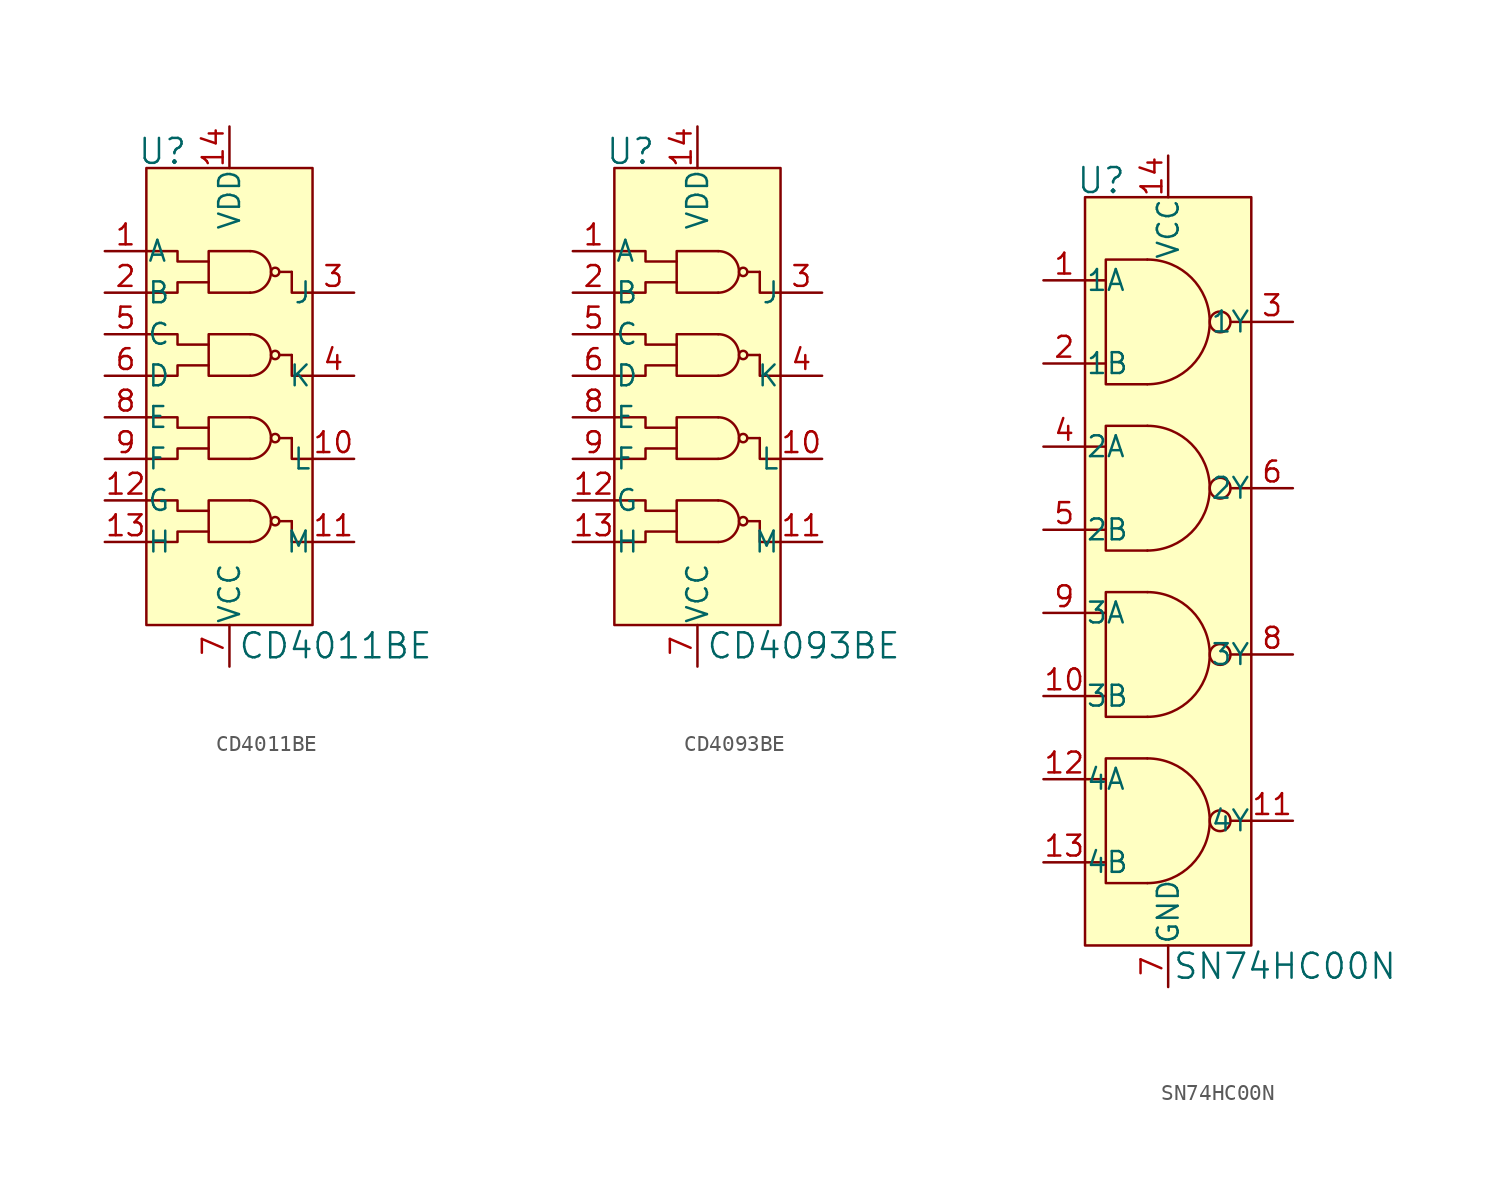
<source format=kicad_sym>
(kicad_symbol_lib
  (version 20201005)
  (generator kicad_symbol_editor)
  (symbol "CD4011BE"
    (pin_names
      (offset 0.025))
    (property "Reference" "U"
      (at -5.08 11.176 0)
      (effects (font (size 1.524 1.524)) (justify right)))
    (property "Value" "CD4011BE"
      (at -2.032 -19.05 0)
      (effects (font (size 1.524 1.524)) (justify left)))
    (symbol "CD4011BE_0_1"
      (arc (start -1.27 -12.7) (end -1.27 -10.16) (radius (at -1.27 -11.43) (length 1.27) (angles -89.9 89.9)) (stroke (width 0)) (fill (type none)))
      (arc (start -1.27 -7.62) (end -1.27 -5.08) (radius (at -1.27 -6.35) (length 1.27) (angles -89.9 89.9)) (stroke (width 0)) (fill (type none)))
      (arc (start -1.27 -2.54) (end -1.27 0) (radius (at -1.27 -1.27) (length 1.27) (angles -89.9 89.9)) (stroke (width 0)) (fill (type none)))
      (arc (start -1.27 2.54) (end -1.27 5.08) (radius (at -1.27 3.81) (length 1.27) (angles -89.9 89.9)) (stroke (width 0)) (fill (type none)))
      (circle (center 0.254 -11.43) (radius 0.254) (stroke (width 0)) (fill (type none)))
      (circle (center 0.254 -6.35) (radius 0.254) (stroke (width 0)) (fill (type none)))
      (circle (center 0.254 -1.27) (radius 0.254) (stroke (width 0)) (fill (type none)))
      (circle (center 0.254 3.81) (radius 0.254) (stroke (width 0)) (fill (type none)))
      (rectangle (start -7.62 10.16) (end 2.54 -17.78) (stroke (width 0)) (fill (type background)))
      (polyline (pts (xy 0.508 -11.43) (xy 1.27 -11.43)) (stroke (width 0)) (fill (type none)))
      (polyline (pts (xy 0.508 3.81) (xy 1.27 3.81)) (stroke (width 0)) (fill (type none)))
      (polyline (pts (xy 1.27 -6.35) (xy 0.508 -6.35)) (stroke (width 0)) (fill (type none)))
      (polyline (pts (xy 1.27 -1.27) (xy 0.508 -1.27)) (stroke (width 0)) (fill (type none)))
      (polyline (pts (xy 1.27 -11.43) (xy 1.27 -12.7) (xy 2.54 -12.7)) (stroke (width 0)) (fill (type none)))
      (polyline (pts (xy 1.27 -6.35) (xy 1.27 -7.62) (xy 2.54 -7.62)) (stroke (width 0)) (fill (type none)))
      (polyline (pts (xy 1.27 -1.27) (xy 1.27 -2.54) (xy 2.54 -2.54)) (stroke (width 0)) (fill (type none)))
      (polyline (pts (xy 1.27 3.81) (xy 1.27 2.54) (xy 2.54 2.54)) (stroke (width 0)) (fill (type none)))
      (polyline (pts (xy -7.62 -12.7) (xy -5.715 -12.7) (xy -5.715 -12.065) (xy -3.81 -12.065)) (stroke (width 0)) (fill (type none)))
      (polyline (pts (xy -7.62 -7.62) (xy -5.715 -7.62) (xy -5.715 -6.985) (xy -3.81 -6.985)) (stroke (width 0)) (fill (type none)))
      (polyline (pts (xy -7.62 -2.54) (xy -5.715 -2.54) (xy -5.715 -1.905) (xy -3.81 -1.905)) (stroke (width 0)) (fill (type none)))
      (polyline (pts (xy -3.81 -10.795) (xy -5.715 -10.795) (xy -5.715 -10.16) (xy -7.62 -10.16)) (stroke (width 0)) (fill (type none)))
      (polyline (pts (xy -3.81 -5.715) (xy -5.715 -5.715) (xy -5.715 -5.08) (xy -7.62 -5.08)) (stroke (width 0)) (fill (type none)))
      (polyline (pts (xy -3.81 -0.635) (xy -5.715 -0.635) (xy -5.715 0) (xy -7.62 0)) (stroke (width 0)) (fill (type none)))
      (polyline (pts (xy -3.81 3.175) (xy -5.715 3.175) (xy -5.715 2.54) (xy -7.62 2.54)) (stroke (width 0)) (fill (type none)))
      (polyline (pts (xy -3.81 4.445) (xy -5.715 4.445) (xy -5.715 5.08) (xy -7.62 5.08)) (stroke (width 0)) (fill (type none)))
      (polyline (pts (xy -1.27 -10.16) (xy -3.81 -10.16) (xy -3.81 -12.7) (xy -1.27 -12.7)) (stroke (width 0)) (fill (type none)))
      (polyline (pts (xy -1.27 -5.08) (xy -3.81 -5.08) (xy -3.81 -7.62) (xy -1.27 -7.62)) (stroke (width 0)) (fill (type none)))
      (polyline (pts (xy -1.27 0) (xy -3.81 0) (xy -3.81 -2.54) (xy -1.27 -2.54)) (stroke (width 0)) (fill (type none)))
      (polyline (pts (xy -1.27 5.08) (xy -3.81 5.08) (xy -3.81 2.54) (xy -1.27 2.54)) (stroke (width 0)) (fill (type none))))
    (symbol "CD4011BE_1_1"
      (pin input line (at -10.16 5.08 0) (length 2.54) (name "A" (effects (font (size 1.27 1.27)))) (number "1" (effects (font (size 1.27 1.27)))))
      (pin input line (at -10.16 2.54 0) (length 2.54) (name "B" (effects (font (size 1.27 1.27)))) (number "2" (effects (font (size 1.27 1.27)))))
      (pin output line (at 5.08 2.54 180) (length 2.54) (name "J" (effects (font (size 1.27 1.27)))) (number "3" (effects (font (size 1.27 1.27)))))
      (pin output line (at 5.08 -2.54 180) (length 2.54) (name "K" (effects (font (size 1.27 1.27)))) (number "4" (effects (font (size 1.27 1.27)))))
      (pin input line (at -10.16 0 0) (length 2.54) (name "C" (effects (font (size 1.27 1.27)))) (number "5" (effects (font (size 1.27 1.27)))))
      (pin input line (at -10.16 -2.54 0) (length 2.54) (name "D" (effects (font (size 1.27 1.27)))) (number "6" (effects (font (size 1.27 1.27)))))
      (pin power_in line (at -2.54 -20.32 90) (length 2.54) (name "VCC" (effects (font (size 1.27 1.27)))) (number "7" (effects (font (size 1.27 1.27)))))
      (pin input line (at -10.16 -5.08 0) (length 2.54) (name "E" (effects (font (size 1.27 1.27)))) (number "8" (effects (font (size 1.27 1.27)))))
      (pin input line (at -10.16 -7.62 0) (length 2.54) (name "F" (effects (font (size 1.27 1.27)))) (number "9" (effects (font (size 1.27 1.27)))))
      (pin output line (at 5.08 -7.62 180) (length 2.54) (name "L" (effects (font (size 1.27 1.27)))) (number "10" (effects (font (size 1.27 1.27)))))
      (pin output line (at 5.08 -12.7 180) (length 2.54) (name "M" (effects (font (size 1.27 1.27)))) (number "11" (effects (font (size 1.27 1.27)))))
      (pin input line (at -10.16 -10.16 0) (length 2.54) (name "G" (effects (font (size 1.27 1.27)))) (number "12" (effects (font (size 1.27 1.27)))))
      (pin input line (at -10.16 -12.7 0) (length 2.54) (name "H" (effects (font (size 1.27 1.27)))) (number "13" (effects (font (size 1.27 1.27)))))
      (pin power_in line (at -2.54 12.7 270) (length 2.54) (name "VDD" (effects (font (size 1.27 1.27)))) (number "14" (effects (font (size 1.27 1.27)))))))
  (symbol "CD4093BE"
    (pin_names
      (offset 0.025))
    (property "Reference" "U"
      (at -2.54 11.176 0)
      (effects (font (size 1.524 1.524)) (justify right)))
    (property "Value" "CD4093BE"
      (at 0.508 -19.05 0)
      (effects (font (size 1.524 1.524)) (justify left)))
    (symbol "CD4093BE_0_1"
      (arc (start 1.27 -12.7) (end 1.27 -10.16) (radius (at 1.27 -11.43) (length 1.27) (angles -89.9 89.9)) (stroke (width 0)) (fill (type none)))
      (arc (start 1.27 -7.62) (end 1.27 -5.08) (radius (at 1.27 -6.35) (length 1.27) (angles -89.9 89.9)) (stroke (width 0)) (fill (type none)))
      (arc (start 1.27 -2.54) (end 1.27 0) (radius (at 1.27 -1.27) (length 1.27) (angles -89.9 89.9)) (stroke (width 0)) (fill (type none)))
      (arc (start 1.27 2.54) (end 1.27 5.08) (radius (at 1.27 3.81) (length 1.27) (angles -89.9 89.9)) (stroke (width 0)) (fill (type none)))
      (circle (center 2.794 -11.43) (radius 0.254) (stroke (width 0)) (fill (type none)))
      (circle (center 2.794 -6.35) (radius 0.254) (stroke (width 0)) (fill (type none)))
      (circle (center 2.794 -1.27) (radius 0.254) (stroke (width 0)) (fill (type none)))
      (circle (center 2.794 3.81) (radius 0.254) (stroke (width 0)) (fill (type none)))
      (rectangle (start -5.08 10.16) (end 5.08 -17.78) (stroke (width 0)) (fill (type background)))
      (polyline (pts (xy 3.048 -11.43) (xy 3.81 -11.43)) (stroke (width 0)) (fill (type none)))
      (polyline (pts (xy 3.048 3.81) (xy 3.81 3.81)) (stroke (width 0)) (fill (type none)))
      (polyline (pts (xy 3.81 -6.35) (xy 3.048 -6.35)) (stroke (width 0)) (fill (type none)))
      (polyline (pts (xy 3.81 -1.27) (xy 3.048 -1.27)) (stroke (width 0)) (fill (type none)))
      (polyline (pts (xy 3.81 -11.43) (xy 3.81 -12.7) (xy 5.08 -12.7)) (stroke (width 0)) (fill (type none)))
      (polyline (pts (xy 3.81 -6.35) (xy 3.81 -7.62) (xy 5.08 -7.62)) (stroke (width 0)) (fill (type none)))
      (polyline (pts (xy 3.81 -1.27) (xy 3.81 -2.54) (xy 5.08 -2.54)) (stroke (width 0)) (fill (type none)))
      (polyline (pts (xy 3.81 3.81) (xy 3.81 2.54) (xy 5.08 2.54)) (stroke (width 0)) (fill (type none)))
      (polyline (pts (xy -5.08 -12.7) (xy -3.175 -12.7) (xy -3.175 -12.065) (xy -1.27 -12.065)) (stroke (width 0)) (fill (type none)))
      (polyline (pts (xy -5.08 -7.62) (xy -3.175 -7.62) (xy -3.175 -6.985) (xy -1.27 -6.985)) (stroke (width 0)) (fill (type none)))
      (polyline (pts (xy -5.08 -2.54) (xy -3.175 -2.54) (xy -3.175 -1.905) (xy -1.27 -1.905)) (stroke (width 0)) (fill (type none)))
      (polyline (pts (xy -1.27 -10.795) (xy -3.175 -10.795) (xy -3.175 -10.16) (xy -5.08 -10.16)) (stroke (width 0)) (fill (type none)))
      (polyline (pts (xy -1.27 -5.715) (xy -3.175 -5.715) (xy -3.175 -5.08) (xy -5.08 -5.08)) (stroke (width 0)) (fill (type none)))
      (polyline (pts (xy -1.27 -0.635) (xy -3.175 -0.635) (xy -3.175 0) (xy -5.08 0)) (stroke (width 0)) (fill (type none)))
      (polyline (pts (xy -1.27 3.175) (xy -3.175 3.175) (xy -3.175 2.54) (xy -5.08 2.54)) (stroke (width 0)) (fill (type none)))
      (polyline (pts (xy -1.27 4.445) (xy -3.175 4.445) (xy -3.175 5.08) (xy -5.08 5.08)) (stroke (width 0)) (fill (type none)))
      (polyline (pts (xy 1.27 -10.16) (xy -1.27 -10.16) (xy -1.27 -12.7) (xy 1.27 -12.7)) (stroke (width 0)) (fill (type none)))
      (polyline (pts (xy 1.27 -5.08) (xy -1.27 -5.08) (xy -1.27 -7.62) (xy 1.27 -7.62)) (stroke (width 0)) (fill (type none)))
      (polyline (pts (xy 1.27 0) (xy -1.27 0) (xy -1.27 -2.54) (xy 1.27 -2.54)) (stroke (width 0)) (fill (type none)))
      (polyline (pts (xy 1.27 5.08) (xy -1.27 5.08) (xy -1.27 2.54) (xy 1.27 2.54)) (stroke (width 0)) (fill (type none))))
    (symbol "CD4093BE_1_1"
      (pin input line (at -7.62 5.08 0) (length 2.54) (name "A" (effects (font (size 1.27 1.27)))) (number "1" (effects (font (size 1.27 1.27)))))
      (pin input line (at -7.62 2.54 0) (length 2.54) (name "B" (effects (font (size 1.27 1.27)))) (number "2" (effects (font (size 1.27 1.27)))))
      (pin output line (at 7.62 2.54 180) (length 2.54) (name "J" (effects (font (size 1.27 1.27)))) (number "3" (effects (font (size 1.27 1.27)))))
      (pin output line (at 7.62 -2.54 180) (length 2.54) (name "K" (effects (font (size 1.27 1.27)))) (number "4" (effects (font (size 1.27 1.27)))))
      (pin input line (at -7.62 0 0) (length 2.54) (name "C" (effects (font (size 1.27 1.27)))) (number "5" (effects (font (size 1.27 1.27)))))
      (pin input line (at -7.62 -2.54 0) (length 2.54) (name "D" (effects (font (size 1.27 1.27)))) (number "6" (effects (font (size 1.27 1.27)))))
      (pin power_in line (at 0 -20.32 90) (length 2.54) (name "VCC" (effects (font (size 1.27 1.27)))) (number "7" (effects (font (size 1.27 1.27)))))
      (pin input line (at -7.62 -5.08 0) (length 2.54) (name "E" (effects (font (size 1.27 1.27)))) (number "8" (effects (font (size 1.27 1.27)))))
      (pin input line (at -7.62 -7.62 0) (length 2.54) (name "F" (effects (font (size 1.27 1.27)))) (number "9" (effects (font (size 1.27 1.27)))))
      (pin output line (at 7.62 -7.62 180) (length 2.54) (name "L" (effects (font (size 1.27 1.27)))) (number "10" (effects (font (size 1.27 1.27)))))
      (pin output line (at 7.62 -12.7 180) (length 2.54) (name "M" (effects (font (size 1.27 1.27)))) (number "11" (effects (font (size 1.27 1.27)))))
      (pin input line (at -7.62 -10.16 0) (length 2.54) (name "G" (effects (font (size 1.27 1.27)))) (number "12" (effects (font (size 1.27 1.27)))))
      (pin input line (at -7.62 -12.7 0) (length 2.54) (name "H" (effects (font (size 1.27 1.27)))) (number "13" (effects (font (size 1.27 1.27)))))
      (pin power_in line (at 0 12.7 270) (length 2.54) (name "VDD" (effects (font (size 1.27 1.27)))) (number "14" (effects (font (size 1.27 1.27)))))))
  (symbol "SN74HC00N"
    (pin_names
      (offset 0.025))
    (property "Reference" "U"
      (at -2.54 23.876 0)
      (effects (font (size 1.524 1.524)) (justify right)))
    (property "Value" "SN74HC00N"
      (at 0.254 -24.13 0)
      (effects (font (size 1.524 1.524)) (justify left)))
    (symbol "SN74HC00N_0_1"
      (arc (start -1.27 -19.05) (end -1.27 -11.43) (radius (at -1.27 -15.24) (length 3.81) (angles -89.9 89.9)) (stroke (width 0)) (fill (type background)))
      (arc (start -1.27 -8.89) (end -1.27 -1.27) (radius (at -1.27 -5.08) (length 3.81) (angles -89.9 89.9)) (stroke (width 0)) (fill (type background)))
      (arc (start -1.27 1.27) (end -1.27 8.89) (radius (at -1.27 5.08) (length 3.81) (angles -89.9 89.9)) (stroke (width 0)) (fill (type background)))
      (arc (start -1.27 11.43) (end -1.27 19.05) (radius (at -1.27 15.24) (length 3.81) (angles -89.9 89.9)) (stroke (width 0)) (fill (type background)))
      (circle (center 3.175 -15.24) (radius 0.635) (stroke (width 0)) (fill (type background)))
      (circle (center 3.175 -5.08) (radius 0.635) (stroke (width 0)) (fill (type background)))
      (circle (center 3.175 5.08) (radius 0.635) (stroke (width 0)) (fill (type background)))
      (circle (center 3.175 15.24) (radius 0.635) (stroke (width 0)) (fill (type background)))
      (rectangle (start -5.08 22.86) (end 5.08 -22.86) (stroke (width 0)) (fill (type background)))
      (polyline (pts (xy -5.08 -17.78) (xy -3.81 -17.78)) (stroke (width 0)) (fill (type none)))
      (polyline (pts (xy -5.08 -7.62) (xy -3.81 -7.62)) (stroke (width 0)) (fill (type none)))
      (polyline (pts (xy -5.08 2.54) (xy -3.81 2.54)) (stroke (width 0)) (fill (type none)))
      (polyline (pts (xy -5.08 12.7) (xy -3.81 12.7)) (stroke (width 0)) (fill (type none)))
      (polyline (pts (xy -3.81 -12.7) (xy -5.08 -12.7)) (stroke (width 0)) (fill (type none)))
      (polyline (pts (xy -3.81 -2.54) (xy -5.08 -2.54)) (stroke (width 0)) (fill (type none)))
      (polyline (pts (xy -3.81 7.62) (xy -5.08 7.62)) (stroke (width 0)) (fill (type none)))
      (polyline (pts (xy -3.81 17.78) (xy -5.08 17.78)) (stroke (width 0)) (fill (type none)))
      (polyline (pts (xy 3.81 -15.24) (xy 5.08 -15.24)) (stroke (width 0)) (fill (type none)))
      (polyline (pts (xy 3.81 5.08) (xy 5.08 5.08)) (stroke (width 0)) (fill (type none)))
      (polyline (pts (xy 5.08 -5.08) (xy 3.81 -5.08)) (stroke (width 0)) (fill (type none)))
      (polyline (pts (xy 5.08 15.24) (xy 3.81 15.24)) (stroke (width 0)) (fill (type none)))
      (polyline (pts (xy -1.27 -11.43) (xy -3.81 -11.43) (xy -3.81 -19.05) (xy -1.27 -19.05)) (stroke (width 0)) (fill (type background)))
      (polyline (pts (xy -1.27 -1.27) (xy -3.81 -1.27) (xy -3.81 -8.89) (xy -1.27 -8.89)) (stroke (width 0)) (fill (type background)))
      (polyline (pts (xy -1.27 8.89) (xy -3.81 8.89) (xy -3.81 1.27) (xy -1.27 1.27)) (stroke (width 0)) (fill (type background)))
      (polyline (pts (xy -1.27 19.05) (xy -3.81 19.05) (xy -3.81 11.43) (xy -1.27 11.43)) (stroke (width 0)) (fill (type background))))
    (symbol "SN74HC00N_1_1"
      (pin input line (at -7.62 17.78 0) (length 2.54) (name "1A" (effects (font (size 1.27 1.27)))) (number "1" (effects (font (size 1.27 1.27)))))
      (pin input line (at -7.62 12.7 0) (length 2.54) (name "1B" (effects (font (size 1.27 1.27)))) (number "2" (effects (font (size 1.27 1.27)))))
      (pin output line (at 7.62 15.24 180) (length 2.54) (name "1Y" (effects (font (size 1.27 1.27)))) (number "3" (effects (font (size 1.27 1.27)))))
      (pin input line (at -7.62 7.62 0) (length 2.54) (name "2A" (effects (font (size 1.27 1.27)))) (number "4" (effects (font (size 1.27 1.27)))))
      (pin input line (at -7.62 2.54 0) (length 2.54) (name "2B" (effects (font (size 1.27 1.27)))) (number "5" (effects (font (size 1.27 1.27)))))
      (pin output line (at 7.62 5.08 180) (length 2.54) (name "2Y" (effects (font (size 1.27 1.27)))) (number "6" (effects (font (size 1.27 1.27)))))
      (pin power_in line (at 0 -25.4 90) (length 2.54) (name "GND" (effects (font (size 1.27 1.27)))) (number "7" (effects (font (size 1.27 1.27)))))
      (pin output line (at 7.62 -5.08 180) (length 2.54) (name "3Y" (effects (font (size 1.27 1.27)))) (number "8" (effects (font (size 1.27 1.27)))))
      (pin input line (at -7.62 -2.54 0) (length 2.54) (name "3A" (effects (font (size 1.27 1.27)))) (number "9" (effects (font (size 1.27 1.27)))))
      (pin input line (at -7.62 -7.62 0) (length 2.54) (name "3B" (effects (font (size 1.27 1.27)))) (number "10" (effects (font (size 1.27 1.27)))))
      (pin output line (at 7.62 -15.24 180) (length 2.54) (name "4Y" (effects (font (size 1.27 1.27)))) (number "11" (effects (font (size 1.27 1.27)))))
      (pin input line (at -7.62 -12.7 0) (length 2.54) (name "4A" (effects (font (size 1.27 1.27)))) (number "12" (effects (font (size 1.27 1.27)))))
      (pin input line (at -7.62 -17.78 0) (length 2.54) (name "4B" (effects (font (size 1.27 1.27)))) (number "13" (effects (font (size 1.27 1.27)))))
      (pin power_in line (at 0 25.4 270) (length 2.54) (name "VCC" (effects (font (size 1.27 1.27)))) (number "14" (effects (font (size 1.27 1.27))))))))
</source>
